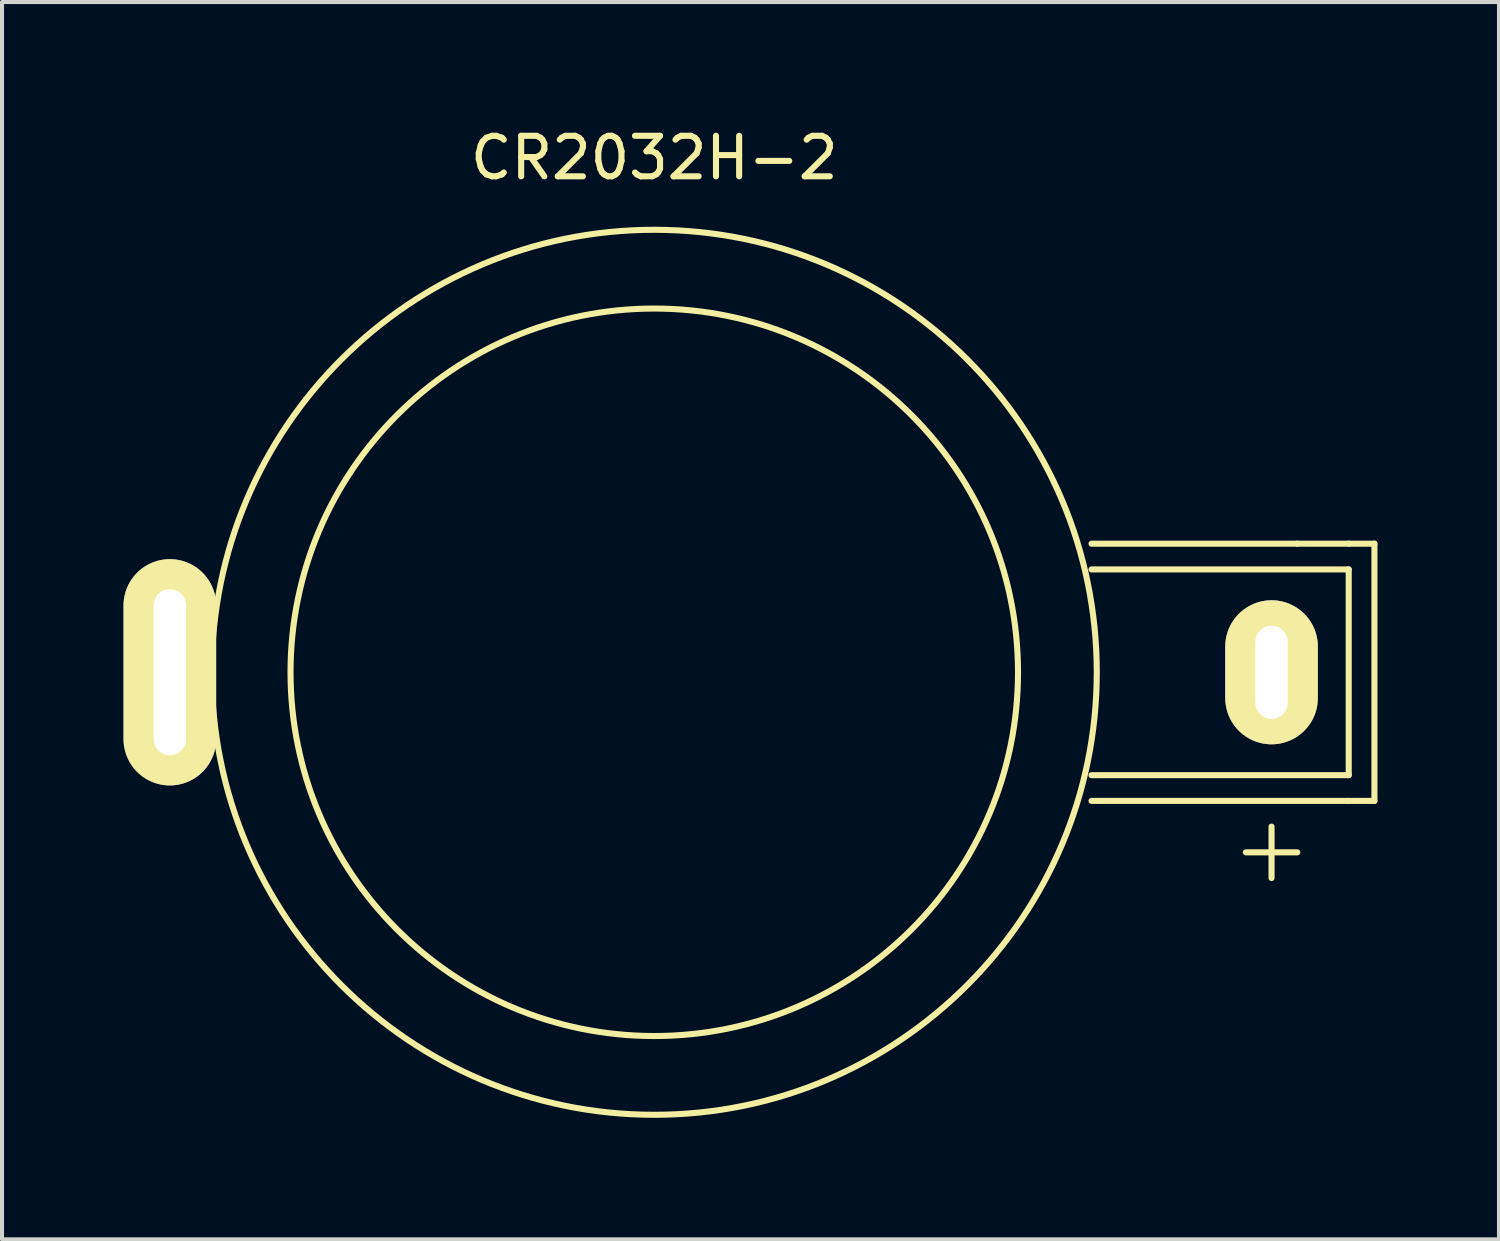
<source format=kicad_pcb>
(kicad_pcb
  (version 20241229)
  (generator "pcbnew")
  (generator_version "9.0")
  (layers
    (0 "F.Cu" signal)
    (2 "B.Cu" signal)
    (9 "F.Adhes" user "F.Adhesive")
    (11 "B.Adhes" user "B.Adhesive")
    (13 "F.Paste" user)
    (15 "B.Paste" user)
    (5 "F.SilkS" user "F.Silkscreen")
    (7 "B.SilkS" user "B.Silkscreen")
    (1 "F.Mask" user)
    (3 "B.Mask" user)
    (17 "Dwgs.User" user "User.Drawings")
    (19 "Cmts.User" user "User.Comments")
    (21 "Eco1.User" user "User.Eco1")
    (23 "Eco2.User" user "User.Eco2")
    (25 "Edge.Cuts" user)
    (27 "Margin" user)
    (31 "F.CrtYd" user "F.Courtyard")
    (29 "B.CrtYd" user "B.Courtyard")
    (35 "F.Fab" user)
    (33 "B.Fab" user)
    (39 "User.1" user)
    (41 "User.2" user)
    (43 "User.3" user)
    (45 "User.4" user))
  (footprint "CR2032H-2"
    (layer "F.Cu")
    (at 28.343 13.548)
    (property "Reference" "CR2032H-2" (at -15.24 -12.7 0) (layer "F.SilkS") (effects (font (size 1 1) (thickness 0.15))))
    (attr through_hole)
    (fp_line (start -4.445 -3.175) (end 0.635 -3.175) (stroke (width 0.15) (type solid)) (layer "F.SilkS"))
    (fp_line (start -4.445 -2.54) (end 1.905 -2.54) (stroke (width 0.15) (type solid)) (layer "F.SilkS"))
    (fp_line (start -0.635 4.445) (end 0.635 4.445) (stroke (width 0.15) (type solid)) (layer "F.SilkS"))
    (fp_line (start 0 3.81) (end 0 5.08) (stroke (width 0.15) (type solid)) (layer "F.SilkS"))
    (fp_line (start 0.635 -3.175) (end 1.905 -3.175) (stroke (width 0.15) (type solid)) (layer "F.SilkS"))
    (fp_line (start 1.905 -3.175) (end 2.54 -3.175) (stroke (width 0.15) (type solid)) (layer "F.SilkS"))
    (fp_line (start 1.905 -2.54) (end 1.905 2.54) (stroke (width 0.15) (type solid)) (layer "F.SilkS"))
    (fp_line (start 1.905 2.54) (end -4.445 2.54) (stroke (width 0.15) (type solid)) (layer "F.SilkS"))
    (fp_line (start 1.905 3.175) (end -4.445 3.175) (stroke (width 0.15) (type solid)) (layer "F.SilkS"))
    (fp_line (start 2.54 -3.175) (end 2.54 3.175) (stroke (width 0.15) (type solid)) (layer "F.SilkS"))
    (fp_line (start 2.54 3.175) (end 1.905 3.175) (stroke (width 0.15) (type solid)) (layer "F.SilkS"))
    (fp_circle (center -15.24 0) (end -16.51 -8.89) (stroke (width 0.15) (type solid)) (fill no) (layer "F.SilkS"))
    (fp_circle (center -15.24 0) (end -8.89 8.89) (stroke (width 0.15) (type solid)) (fill no) (layer "F.SilkS"))
    (pad "1" thru_hole oval (at 0 0) (size 2.286 3.556) (drill oval 0.8 2.3) (layers "*.Cu" "*.Mask" "F.SilkS"))
    (pad "2" thru_hole oval (at -27.2 0) (size 2.286 5.586) (drill oval 0.8 4.1) (layers "*.Cu" "*.Mask" "F.SilkS")))
  (gr_rect
    (start -3 -3)
    (end 33.958 27.548)
    (stroke (width 0.1) (type default))
    (fill no)
    (layer "Edge.Cuts")))
</source>
